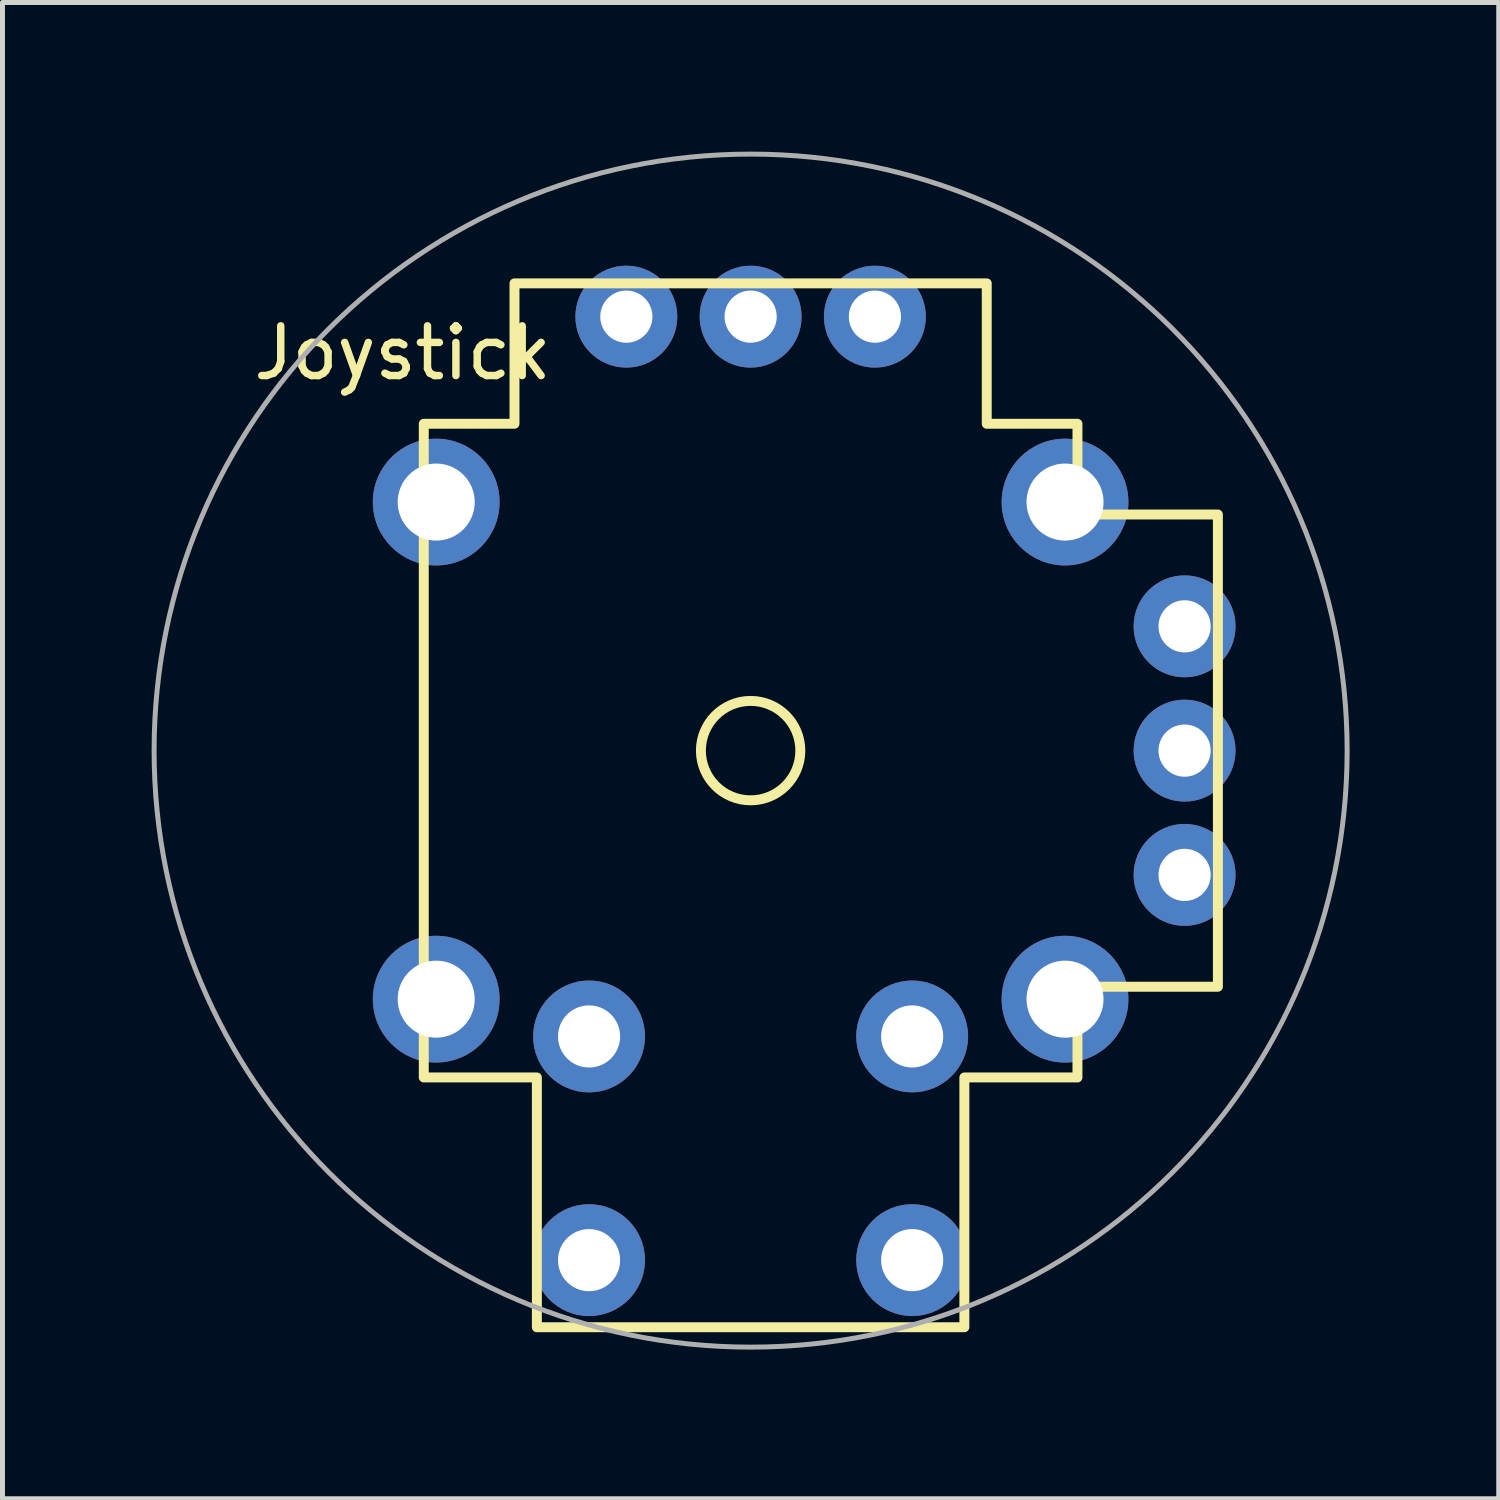
<source format=kicad_pcb>
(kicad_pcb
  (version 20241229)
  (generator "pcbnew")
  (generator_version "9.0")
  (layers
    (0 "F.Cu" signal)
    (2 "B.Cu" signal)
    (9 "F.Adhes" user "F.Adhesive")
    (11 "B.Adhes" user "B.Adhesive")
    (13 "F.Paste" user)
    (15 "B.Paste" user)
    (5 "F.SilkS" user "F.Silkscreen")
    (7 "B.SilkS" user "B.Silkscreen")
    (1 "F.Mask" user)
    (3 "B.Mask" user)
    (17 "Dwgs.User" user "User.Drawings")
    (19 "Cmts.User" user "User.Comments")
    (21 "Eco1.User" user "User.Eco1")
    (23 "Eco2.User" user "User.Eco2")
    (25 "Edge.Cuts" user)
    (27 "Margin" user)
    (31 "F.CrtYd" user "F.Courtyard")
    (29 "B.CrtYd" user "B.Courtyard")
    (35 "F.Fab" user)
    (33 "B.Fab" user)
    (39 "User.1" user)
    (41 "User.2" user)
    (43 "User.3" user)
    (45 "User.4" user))
  (footprint "Joystick"
    (layer "F.Cu")
    (at 12.05 12.05)
    (property "Reference" "Joystick" (at -7 -8 0) (unlocked yes) (layer "F.SilkS") (effects (font (size 1 1) (thickness 0.15))))
    (attr through_hole)
    (fp_circle (center 0 0) (end 1 0) (stroke (width 0.2) (type default)) (fill no) (layer "F.SilkS"))
    (fp_poly (pts (xy -4.75 -9.4) (xy 4.75 -9.4) (xy 4.75 -6.575) (xy 6.575 -6.575) (xy 6.575 -4.75) (xy 9.4 -4.75) (xy 9.4 4.75) (xy 6.575 4.75) (xy 6.575 6.575) (xy 4.3 6.575) (xy 4.3 11.6) (xy -4.3 11.6) (xy -4.3 6.575) (xy -6.575 6.575) (xy -6.575 -6.575) (xy -4.75 -6.575)) (stroke (width 0.2) (type solid)) (fill no) (layer "F.SilkS"))
    (fp_circle (center 0 0) (end 12 0) (stroke (width 0.1) (type default)) (fill no) (layer "F.Fab"))
    (pad "" thru_hole circle (at -6.325 -5) (size 2.55 2.55) (drill 1.55) (layers "*.Cu" "*.Mask"))
    (pad "" thru_hole circle (at -6.325 5) (size 2.55 2.55) (drill 1.55) (layers "*.Cu" "*.Mask"))
    (pad "" thru_hole circle (at 6.325 -5) (size 2.55 2.55) (drill 1.55) (layers "*.Cu" "*.Mask"))
    (pad "" thru_hole circle (at 6.325 5) (size 2.55 2.55) (drill 1.55) (layers "*.Cu" "*.Mask"))
    (pad "1" thru_hole circle (at 2.5 -8.73) (size 2.05 2.05) (drill 1.05) (layers "*.Cu" "*.Mask"))
    (pad "1'" thru_hole circle (at 8.73 2.5) (size 2.05 2.05) (drill 1.05) (layers "*.Cu" "*.Mask"))
    (pad "2" thru_hole circle (at 0 -8.73) (size 2.05 2.05) (drill 1.05) (layers "*.Cu" "*.Mask"))
    (pad "2'" thru_hole circle (at 8.73 0) (size 2.05 2.05) (drill 1.05) (layers "*.Cu" "*.Mask"))
    (pad "3" thru_hole circle (at -2.5 -8.73) (size 2.05 2.05) (drill 1.05) (layers "*.Cu" "*.Mask"))
    (pad "3'" thru_hole circle (at 8.73 -2.5) (size 2.05 2.05) (drill 1.05) (layers "*.Cu" "*.Mask"))
    (pad "a" thru_hole circle (at -3.25 5.75) (size 2.25 2.25) (drill 1.25) (layers "*.Cu" "*.Mask"))
    (pad "b" thru_hole circle (at 3.25 5.75) (size 2.25 2.25) (drill 1.25) (layers "*.Cu" "*.Mask"))
    (pad "c" thru_hole circle (at -3.25 10.25) (size 2.25 2.25) (drill 1.25) (layers "*.Cu" "*.Mask"))
    (pad "d" thru_hole circle (at 3.25 10.25) (size 2.25 2.25) (drill 1.25) (layers "*.Cu" "*.Mask")))
  (gr_rect
    (start -3 -3)
    (end 27.1 27.1)
    (stroke (width 0.1) (type default))
    (fill no)
    (layer "Edge.Cuts")))
</source>
